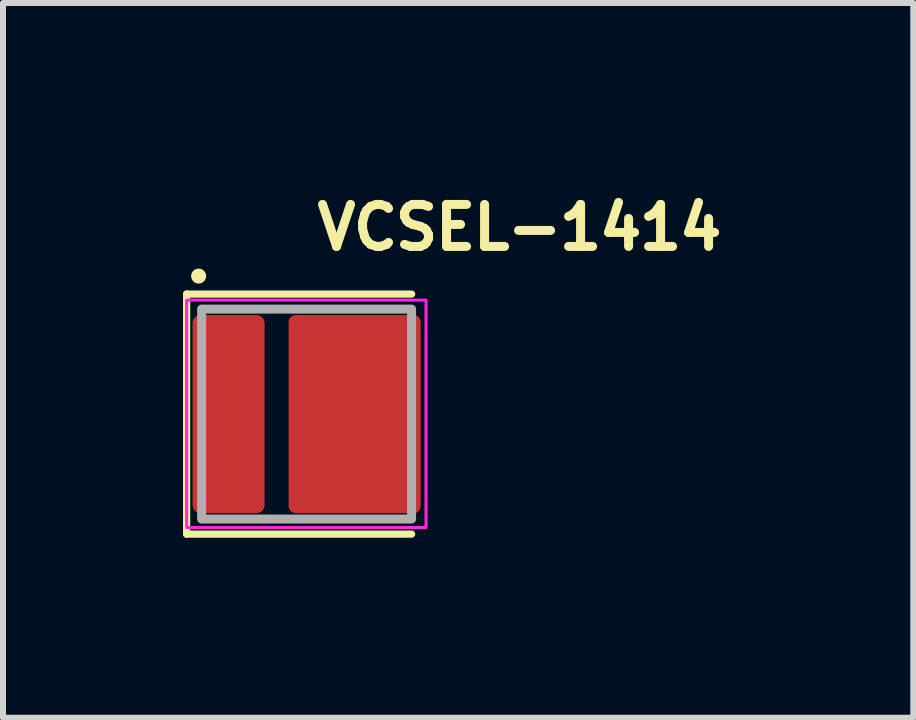
<source format=kicad_pcb>
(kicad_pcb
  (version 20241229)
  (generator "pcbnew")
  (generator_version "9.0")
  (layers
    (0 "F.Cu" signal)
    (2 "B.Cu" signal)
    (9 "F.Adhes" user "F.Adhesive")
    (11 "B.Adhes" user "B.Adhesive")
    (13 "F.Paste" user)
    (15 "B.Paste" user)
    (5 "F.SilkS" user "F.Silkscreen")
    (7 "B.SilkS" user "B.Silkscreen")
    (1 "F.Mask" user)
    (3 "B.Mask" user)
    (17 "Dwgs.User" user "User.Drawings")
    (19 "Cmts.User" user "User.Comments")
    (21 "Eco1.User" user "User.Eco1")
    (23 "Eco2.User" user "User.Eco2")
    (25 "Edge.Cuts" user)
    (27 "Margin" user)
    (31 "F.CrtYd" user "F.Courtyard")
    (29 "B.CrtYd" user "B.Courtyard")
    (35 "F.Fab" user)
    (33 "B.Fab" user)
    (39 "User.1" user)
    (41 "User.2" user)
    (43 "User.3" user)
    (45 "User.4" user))
  (footprint "VCSEL-1414"
    (layer "F.Cu")
    (at 2.06 3.851)
    (property "Reference" "VCSEL-1414" (at 0.1 -2.701 0) (unlocked yes) (layer "F.SilkS") (effects (font (size 0.7 0.7) (thickness 0.15)) (justify left bottom)))
    (attr smd)
    (fp_line (start -2 -2) (end -2 2) (stroke (width 0.12) (type solid)) (layer "F.SilkS"))
    (fp_line (start -2 -2) (end 1.75 -2) (stroke (width 0.12) (type solid)) (layer "F.SilkS"))
    (fp_line (start -2 2) (end 1.75 2) (stroke (width 0.12) (type solid)) (layer "F.SilkS"))
    (fp_circle (center -1.8 -2.3) (end -1.75 -2.3) (stroke (width 0.15) (type solid)) (fill yes) (layer "F.SilkS"))
    (fp_rect (start -2 -1.9) (end 1.99 1.89) (stroke (width 0.05) (type solid)) (fill no) (layer "F.CrtYd"))
    (fp_rect (start -1.75 -1.75) (end 1.749 1.749) (stroke (width 0.15) (type solid)) (fill no) (layer "F.Fab"))
    (pad "1" smd roundrect (at -1.301 0 90) (size 3.3 1.2) (layers "F.Cu" "F.Mask" "F.Paste") (roundrect_rratio 0.106))
    (pad "2" smd roundrect (at 0.8 0 90) (size 3.3 2.2) (layers "F.Cu" "F.Mask" "F.Paste") (roundrect_rratio 0.051)))
  (gr_rect
    (start -3 -3)
    (end 12.17 8.911)
    (stroke (width 0.1) (type default))
    (fill no)
    (layer "Edge.Cuts")))
</source>
